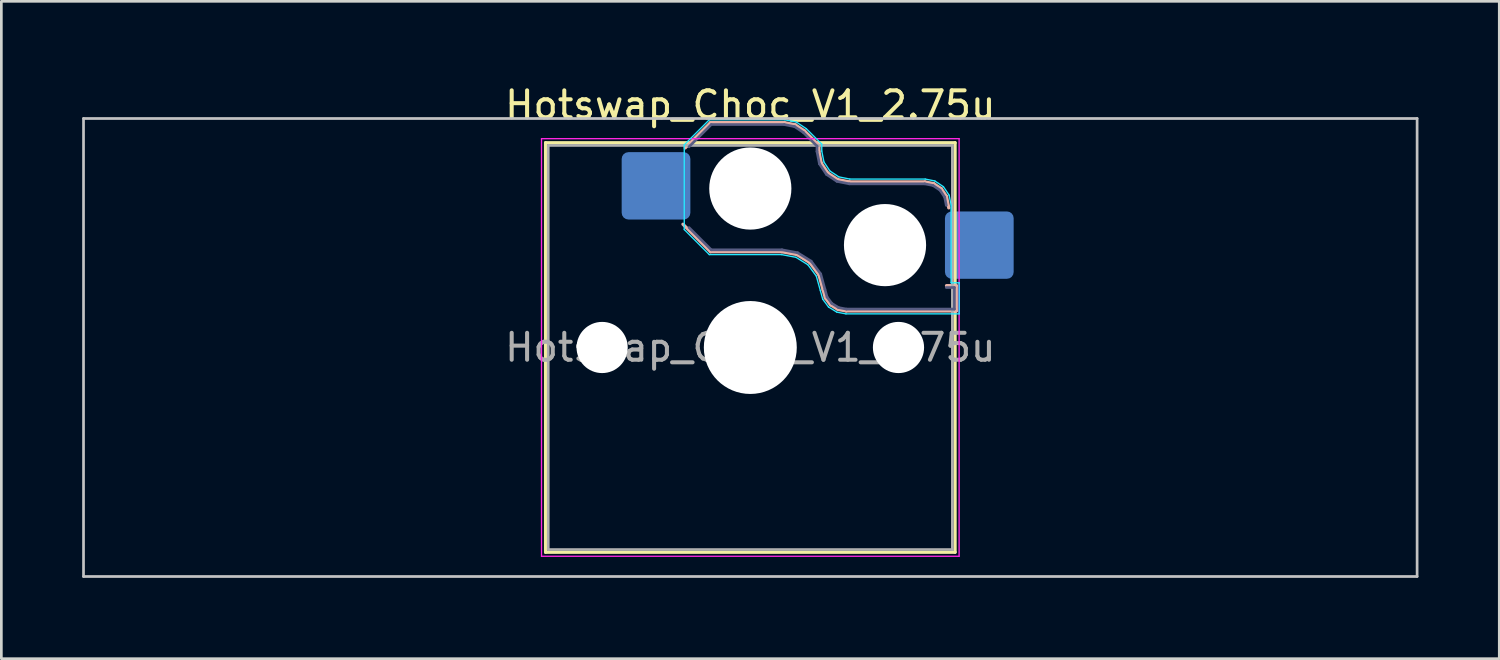
<source format=kicad_pcb>
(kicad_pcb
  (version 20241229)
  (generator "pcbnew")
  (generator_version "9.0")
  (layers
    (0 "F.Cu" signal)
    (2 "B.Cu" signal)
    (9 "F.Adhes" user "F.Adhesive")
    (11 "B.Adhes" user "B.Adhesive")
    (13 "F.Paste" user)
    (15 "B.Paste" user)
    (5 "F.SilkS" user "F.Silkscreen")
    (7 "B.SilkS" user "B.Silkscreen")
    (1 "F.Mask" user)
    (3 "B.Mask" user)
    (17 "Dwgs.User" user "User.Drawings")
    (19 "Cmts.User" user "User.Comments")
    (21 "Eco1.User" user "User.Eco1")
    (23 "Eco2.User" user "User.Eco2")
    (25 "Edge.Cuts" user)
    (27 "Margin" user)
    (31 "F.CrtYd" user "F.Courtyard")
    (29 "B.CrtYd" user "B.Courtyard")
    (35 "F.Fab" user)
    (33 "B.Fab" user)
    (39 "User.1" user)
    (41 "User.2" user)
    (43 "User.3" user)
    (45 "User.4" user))
  (footprint "Hotswap_Choc_V1_2.75u"
    (layer "F.Cu")
    (at 24.8 9.848)
    (property "Reference" "Hotswap_Choc_V1_2.75u" (at 0 -9 0) (layer "F.SilkS") (effects (font (size 1 1) (thickness 0.15))))
    (attr smd)
    (fp_line (start -7.6 -7.6) (end -7.6 7.6) (stroke (width 0.12) (type solid)) (layer "F.SilkS"))
    (fp_line (start -7.6 7.6) (end 7.6 7.6) (stroke (width 0.12) (type solid)) (layer "F.SilkS"))
    (fp_line (start 7.6 -7.6) (end -7.6 -7.6) (stroke (width 0.12) (type solid)) (layer "F.SilkS"))
    (fp_line (start 7.6 7.6) (end 7.6 -7.6) (stroke (width 0.12) (type solid)) (layer "F.SilkS"))
    (fp_line (start -2.416 -7.409) (end -1.479 -8.346) (stroke (width 0.12) (type solid)) (layer "B.SilkS"))
    (fp_line (start -1.479 -8.346) (end 1.268 -8.346) (stroke (width 0.12) (type solid)) (layer "B.SilkS"))
    (fp_line (start -1.479 -3.554) (end -2.5 -4.575) (stroke (width 0.12) (type solid)) (layer "B.SilkS"))
    (fp_line (start 1.168 -3.554) (end -1.479 -3.554) (stroke (width 0.12) (type solid)) (layer "B.SilkS"))
    (fp_line (start 1.268 -8.346) (end 1.671 -8.266) (stroke (width 0.12) (type solid)) (layer "B.SilkS"))
    (fp_line (start 1.671 -8.266) (end 2.013 -8.037) (stroke (width 0.12) (type solid)) (layer "B.SilkS"))
    (fp_line (start 1.73 -3.449) (end 1.168 -3.554) (stroke (width 0.12) (type solid)) (layer "B.SilkS"))
    (fp_line (start 2.013 -8.037) (end 2.546 -7.504) (stroke (width 0.12) (type solid)) (layer "B.SilkS"))
    (fp_line (start 2.209 -3.15) (end 1.73 -3.449) (stroke (width 0.12) (type solid)) (layer "B.SilkS"))
    (fp_line (start 2.546 -7.504) (end 2.546 -7.282) (stroke (width 0.12) (type solid)) (layer "B.SilkS"))
    (fp_line (start 2.546 -7.282) (end 2.633 -6.844) (stroke (width 0.12) (type solid)) (layer "B.SilkS"))
    (fp_line (start 2.547 -2.697) (end 2.209 -3.15) (stroke (width 0.12) (type solid)) (layer "B.SilkS"))
    (fp_line (start 2.633 -6.844) (end 2.877 -6.477) (stroke (width 0.12) (type solid)) (layer "B.SilkS"))
    (fp_line (start 2.701 -2.139) (end 2.547 -2.697) (stroke (width 0.12) (type solid)) (layer "B.SilkS"))
    (fp_line (start 2.783 -1.841) (end 2.701 -2.139) (stroke (width 0.12) (type solid)) (layer "B.SilkS"))
    (fp_line (start 2.877 -6.477) (end 3.244 -6.233) (stroke (width 0.12) (type solid)) (layer "B.SilkS"))
    (fp_line (start 2.976 -1.583) (end 2.783 -1.841) (stroke (width 0.12) (type solid)) (layer "B.SilkS"))
    (fp_line (start 3.244 -6.233) (end 3.682 -6.146) (stroke (width 0.12) (type solid)) (layer "B.SilkS"))
    (fp_line (start 3.25 -1.413) (end 2.976 -1.583) (stroke (width 0.12) (type solid)) (layer "B.SilkS"))
    (fp_line (start 3.56 -1.354) (end 3.25 -1.413) (stroke (width 0.12) (type solid)) (layer "B.SilkS"))
    (fp_line (start 3.682 -6.146) (end 6.482 -6.146) (stroke (width 0.12) (type solid)) (layer "B.SilkS"))
    (fp_line (start 6.482 -6.146) (end 6.809 -6.081) (stroke (width 0.12) (type solid)) (layer "B.SilkS"))
    (fp_line (start 6.809 -6.081) (end 7.092 -5.892) (stroke (width 0.12) (type solid)) (layer "B.SilkS"))
    (fp_line (start 7.092 -5.892) (end 7.281 -5.609) (stroke (width 0.12) (type solid)) (layer "B.SilkS"))
    (fp_line (start 7.281 -5.609) (end 7.366 -5.182) (stroke (width 0.12) (type solid)) (layer "B.SilkS"))
    (fp_line (start 7.283 -2.296) (end 7.646 -2.296) (stroke (width 0.12) (type solid)) (layer "B.SilkS"))
    (fp_line (start 7.646 -2.296) (end 7.646 -1.354) (stroke (width 0.12) (type solid)) (layer "B.SilkS"))
    (fp_line (start 7.646 -1.354) (end 3.56 -1.354) (stroke (width 0.12) (type solid)) (layer "B.SilkS"))
    (fp_line (start -24.75 -8.5) (end -24.75 8.5) (stroke (width 0.1) (type solid)) (layer "Dwgs.User"))
    (fp_line (start -24.75 8.5) (end 24.75 8.5) (stroke (width 0.1) (type solid)) (layer "Dwgs.User"))
    (fp_line (start 24.75 -8.5) (end -24.75 -8.5) (stroke (width 0.1) (type solid)) (layer "Dwgs.User"))
    (fp_line (start 24.75 8.5) (end 24.75 -8.5) (stroke (width 0.1) (type solid)) (layer "Dwgs.User"))
    (fp_line (start -7.25 -7.25) (end -7.25 7.25) (stroke (width 0.1) (type solid)) (layer "Eco1.User"))
    (fp_line (start -7.25 7.25) (end 7.25 7.25) (stroke (width 0.1) (type solid)) (layer "Eco1.User"))
    (fp_line (start 7.25 -7.25) (end -7.25 -7.25) (stroke (width 0.1) (type solid)) (layer "Eco1.User"))
    (fp_line (start 7.25 7.25) (end 7.25 -7.25) (stroke (width 0.1) (type solid)) (layer "Eco1.User"))
    (fp_line (start -2.452 -7.523) (end -1.523 -8.452) (stroke (width 0.05) (type solid)) (layer "B.CrtYd"))
    (fp_line (start -2.452 -4.377) (end -2.452 -7.523) (stroke (width 0.05) (type solid)) (layer "B.CrtYd"))
    (fp_line (start -1.523 -8.452) (end 1.278 -8.452) (stroke (width 0.05) (type solid)) (layer "B.CrtYd"))
    (fp_line (start -1.523 -3.448) (end -2.452 -4.377) (stroke (width 0.05) (type solid)) (layer "B.CrtYd"))
    (fp_line (start 1.159 -3.448) (end -1.523 -3.448) (stroke (width 0.05) (type solid)) (layer "B.CrtYd"))
    (fp_line (start 1.278 -8.452) (end 1.712 -8.366) (stroke (width 0.05) (type solid)) (layer "B.CrtYd"))
    (fp_line (start 1.691 -3.348) (end 1.159 -3.448) (stroke (width 0.05) (type solid)) (layer "B.CrtYd"))
    (fp_line (start 1.712 -8.366) (end 2.081 -8.119) (stroke (width 0.05) (type solid)) (layer "B.CrtYd"))
    (fp_line (start 2.081 -8.119) (end 2.652 -7.548) (stroke (width 0.05) (type solid)) (layer "B.CrtYd"))
    (fp_line (start 2.136 -3.071) (end 1.691 -3.348) (stroke (width 0.05) (type solid)) (layer "B.CrtYd"))
    (fp_line (start 2.45 -2.65) (end 2.136 -3.071) (stroke (width 0.05) (type solid)) (layer "B.CrtYd"))
    (fp_line (start 2.599 -2.111) (end 2.45 -2.65) (stroke (width 0.05) (type solid)) (layer "B.CrtYd"))
    (fp_line (start 2.652 -7.548) (end 2.652 -7.292) (stroke (width 0.05) (type solid)) (layer "B.CrtYd"))
    (fp_line (start 2.652 -7.292) (end 2.733 -6.885) (stroke (width 0.05) (type solid)) (layer "B.CrtYd"))
    (fp_line (start 2.687 -1.794) (end 2.599 -2.111) (stroke (width 0.05) (type solid)) (layer "B.CrtYd"))
    (fp_line (start 2.733 -6.885) (end 2.953 -6.553) (stroke (width 0.05) (type solid)) (layer "B.CrtYd"))
    (fp_line (start 2.903 -1.503) (end 2.687 -1.794) (stroke (width 0.05) (type solid)) (layer "B.CrtYd"))
    (fp_line (start 2.953 -6.553) (end 3.285 -6.333) (stroke (width 0.05) (type solid)) (layer "B.CrtYd"))
    (fp_line (start 3.211 -1.312) (end 2.903 -1.503) (stroke (width 0.05) (type solid)) (layer "B.CrtYd"))
    (fp_line (start 3.285 -6.333) (end 3.692 -6.252) (stroke (width 0.05) (type solid)) (layer "B.CrtYd"))
    (fp_line (start 3.55 -1.248) (end 3.211 -1.312) (stroke (width 0.05) (type solid)) (layer "B.CrtYd"))
    (fp_line (start 3.692 -6.252) (end 6.492 -6.252) (stroke (width 0.05) (type solid)) (layer "B.CrtYd"))
    (fp_line (start 6.492 -6.252) (end 6.85 -6.181) (stroke (width 0.05) (type solid)) (layer "B.CrtYd"))
    (fp_line (start 6.85 -6.181) (end 7.168 -5.968) (stroke (width 0.05) (type solid)) (layer "B.CrtYd"))
    (fp_line (start 7.168 -5.968) (end 7.381 -5.65) (stroke (width 0.05) (type solid)) (layer "B.CrtYd"))
    (fp_line (start 7.381 -5.65) (end 7.452 -5.292) (stroke (width 0.05) (type solid)) (layer "B.CrtYd"))
    (fp_line (start 7.452 -5.292) (end 7.452 -2.402) (stroke (width 0.05) (type solid)) (layer "B.CrtYd"))
    (fp_line (start 7.452 -2.402) (end 7.752 -2.402) (stroke (width 0.05) (type solid)) (layer "B.CrtYd"))
    (fp_line (start 7.752 -2.402) (end 7.752 -1.248) (stroke (width 0.05) (type solid)) (layer "B.CrtYd"))
    (fp_line (start 7.752 -1.248) (end 3.55 -1.248) (stroke (width 0.05) (type solid)) (layer "B.CrtYd"))
    (fp_line (start -7.75 -7.75) (end -7.75 7.75) (stroke (width 0.05) (type solid)) (layer "F.CrtYd"))
    (fp_line (start -7.75 7.75) (end 7.75 7.75) (stroke (width 0.05) (type solid)) (layer "F.CrtYd"))
    (fp_line (start 7.75 -7.75) (end -7.75 -7.75) (stroke (width 0.05) (type solid)) (layer "F.CrtYd"))
    (fp_line (start 7.75 7.75) (end 7.75 -7.75) (stroke (width 0.05) (type solid)) (layer "F.CrtYd"))
    (fp_line (start -2.275 -7.45) (end -1.45 -8.275) (stroke (width 0.1) (type solid)) (layer "B.Fab"))
    (fp_line (start -1.45 -8.275) (end 1.261 -8.275) (stroke (width 0.1) (type solid)) (layer "B.Fab"))
    (fp_line (start -1.45 -3.625) (end -2.275 -4.45) (stroke (width 0.1) (type solid)) (layer "B.Fab"))
    (fp_line (start 1.175 -3.625) (end -1.45 -3.625) (stroke (width 0.1) (type solid)) (layer "B.Fab"))
    (fp_line (start 1.261 -8.275) (end 1.643 -8.199) (stroke (width 0.1) (type solid)) (layer "B.Fab"))
    (fp_line (start 1.643 -8.199) (end 1.968 -7.982) (stroke (width 0.1) (type solid)) (layer "B.Fab"))
    (fp_line (start 1.756 -3.516) (end 1.175 -3.625) (stroke (width 0.1) (type solid)) (layer "B.Fab"))
    (fp_line (start 1.968 -7.982) (end 2.475 -7.475) (stroke (width 0.1) (type solid)) (layer "B.Fab"))
    (fp_line (start 2.258 -3.203) (end 1.756 -3.516) (stroke (width 0.1) (type solid)) (layer "B.Fab"))
    (fp_line (start 2.475 -7.475) (end 2.475 -7.275) (stroke (width 0.1) (type solid)) (layer "B.Fab"))
    (fp_line (start 2.475 -7.275) (end 2.566 -6.816) (stroke (width 0.1) (type solid)) (layer "B.Fab"))
    (fp_line (start 2.566 -6.816) (end 2.826 -6.426) (stroke (width 0.1) (type solid)) (layer "B.Fab"))
    (fp_line (start 2.612 -2.729) (end 2.258 -3.203) (stroke (width 0.1) (type solid)) (layer "B.Fab"))
    (fp_line (start 2.769 -2.158) (end 2.612 -2.729) (stroke (width 0.1) (type solid)) (layer "B.Fab"))
    (fp_line (start 2.826 -6.426) (end 3.216 -6.166) (stroke (width 0.1) (type solid)) (layer "B.Fab"))
    (fp_line (start 2.848 -1.873) (end 2.769 -2.158) (stroke (width 0.1) (type solid)) (layer "B.Fab"))
    (fp_line (start 3.025 -1.636) (end 2.848 -1.873) (stroke (width 0.1) (type solid)) (layer "B.Fab"))
    (fp_line (start 3.216 -6.166) (end 3.675 -6.075) (stroke (width 0.1) (type solid)) (layer "B.Fab"))
    (fp_line (start 3.276 -1.48) (end 3.025 -1.636) (stroke (width 0.1) (type solid)) (layer "B.Fab"))
    (fp_line (start 3.567 -1.425) (end 3.276 -1.48) (stroke (width 0.1) (type solid)) (layer "B.Fab"))
    (fp_line (start 3.675 -6.075) (end 6.475 -6.075) (stroke (width 0.1) (type solid)) (layer "B.Fab"))
    (fp_line (start 6.475 -6.075) (end 6.781 -6.014) (stroke (width 0.1) (type solid)) (layer "B.Fab"))
    (fp_line (start 6.781 -6.014) (end 7.041 -5.841) (stroke (width 0.1) (type solid)) (layer "B.Fab"))
    (fp_line (start 7.041 -5.841) (end 7.214 -5.581) (stroke (width 0.1) (type solid)) (layer "B.Fab"))
    (fp_line (start 7.214 -5.581) (end 7.275 -5.275) (stroke (width 0.1) (type solid)) (layer "B.Fab"))
    (fp_line (start 7.275 -2.225) (end 7.575 -2.225) (stroke (width 0.1) (type solid)) (layer "B.Fab"))
    (fp_line (start 7.575 -2.225) (end 7.575 -1.425) (stroke (width 0.1) (type solid)) (layer "B.Fab"))
    (fp_line (start 7.575 -1.425) (end 3.567 -1.425) (stroke (width 0.1) (type solid)) (layer "B.Fab"))
    (fp_line (start -7.5 -7.5) (end -7.5 7.5) (stroke (width 0.1) (type solid)) (layer "F.Fab"))
    (fp_line (start -7.5 7.5) (end 7.5 7.5) (stroke (width 0.1) (type solid)) (layer "F.Fab"))
    (fp_line (start 7.5 -7.5) (end -7.5 -7.5) (stroke (width 0.1) (type solid)) (layer "F.Fab"))
    (fp_line (start 7.5 7.5) (end 7.5 -7.5) (stroke (width 0.1) (type solid)) (layer "F.Fab"))
    (fp_text user "${REFERENCE}" (at 0 0 0) (layer "F.Fab") (effects (font (size 1 1) (thickness 0.15))))
    (pad "" np_thru_hole circle (at -5.5 0) (size 1.9 1.9) (drill 1.9) (layers "*.Cu" "*.Mask"))
    (pad "" np_thru_hole circle (at 0 -5.9) (size 3.05 3.05) (drill 3.05) (layers "*.Cu" "*.Mask"))
    (pad "" np_thru_hole circle (at 0 0) (size 3.45 3.45) (drill 3.45) (layers "*.Cu" "*.Mask"))
    (pad "" np_thru_hole circle (at 5 -3.8) (size 3.05 3.05) (drill 3.05) (layers "*.Cu" "*.Mask"))
    (pad "" np_thru_hole circle (at 5.5 0) (size 1.9 1.9) (drill 1.9) (layers "*.Cu" "*.Mask"))
    (pad "1" smd roundrect (at -3.5 -6) (size 2.55 2.5) (layers "B.Cu" "B.Mask" "B.Paste") (roundrect_rratio 0.1))
    (pad "2" smd roundrect (at 8.5 -3.8) (size 2.55 2.5) (layers "B.Cu" "B.Mask" "B.Paste") (roundrect_rratio 0.1)))
  (gr_rect
    (start -3 -3)
    (end 52.6 21.398)
    (stroke (width 0.1) (type default))
    (fill no)
    (layer "Edge.Cuts")))
</source>
